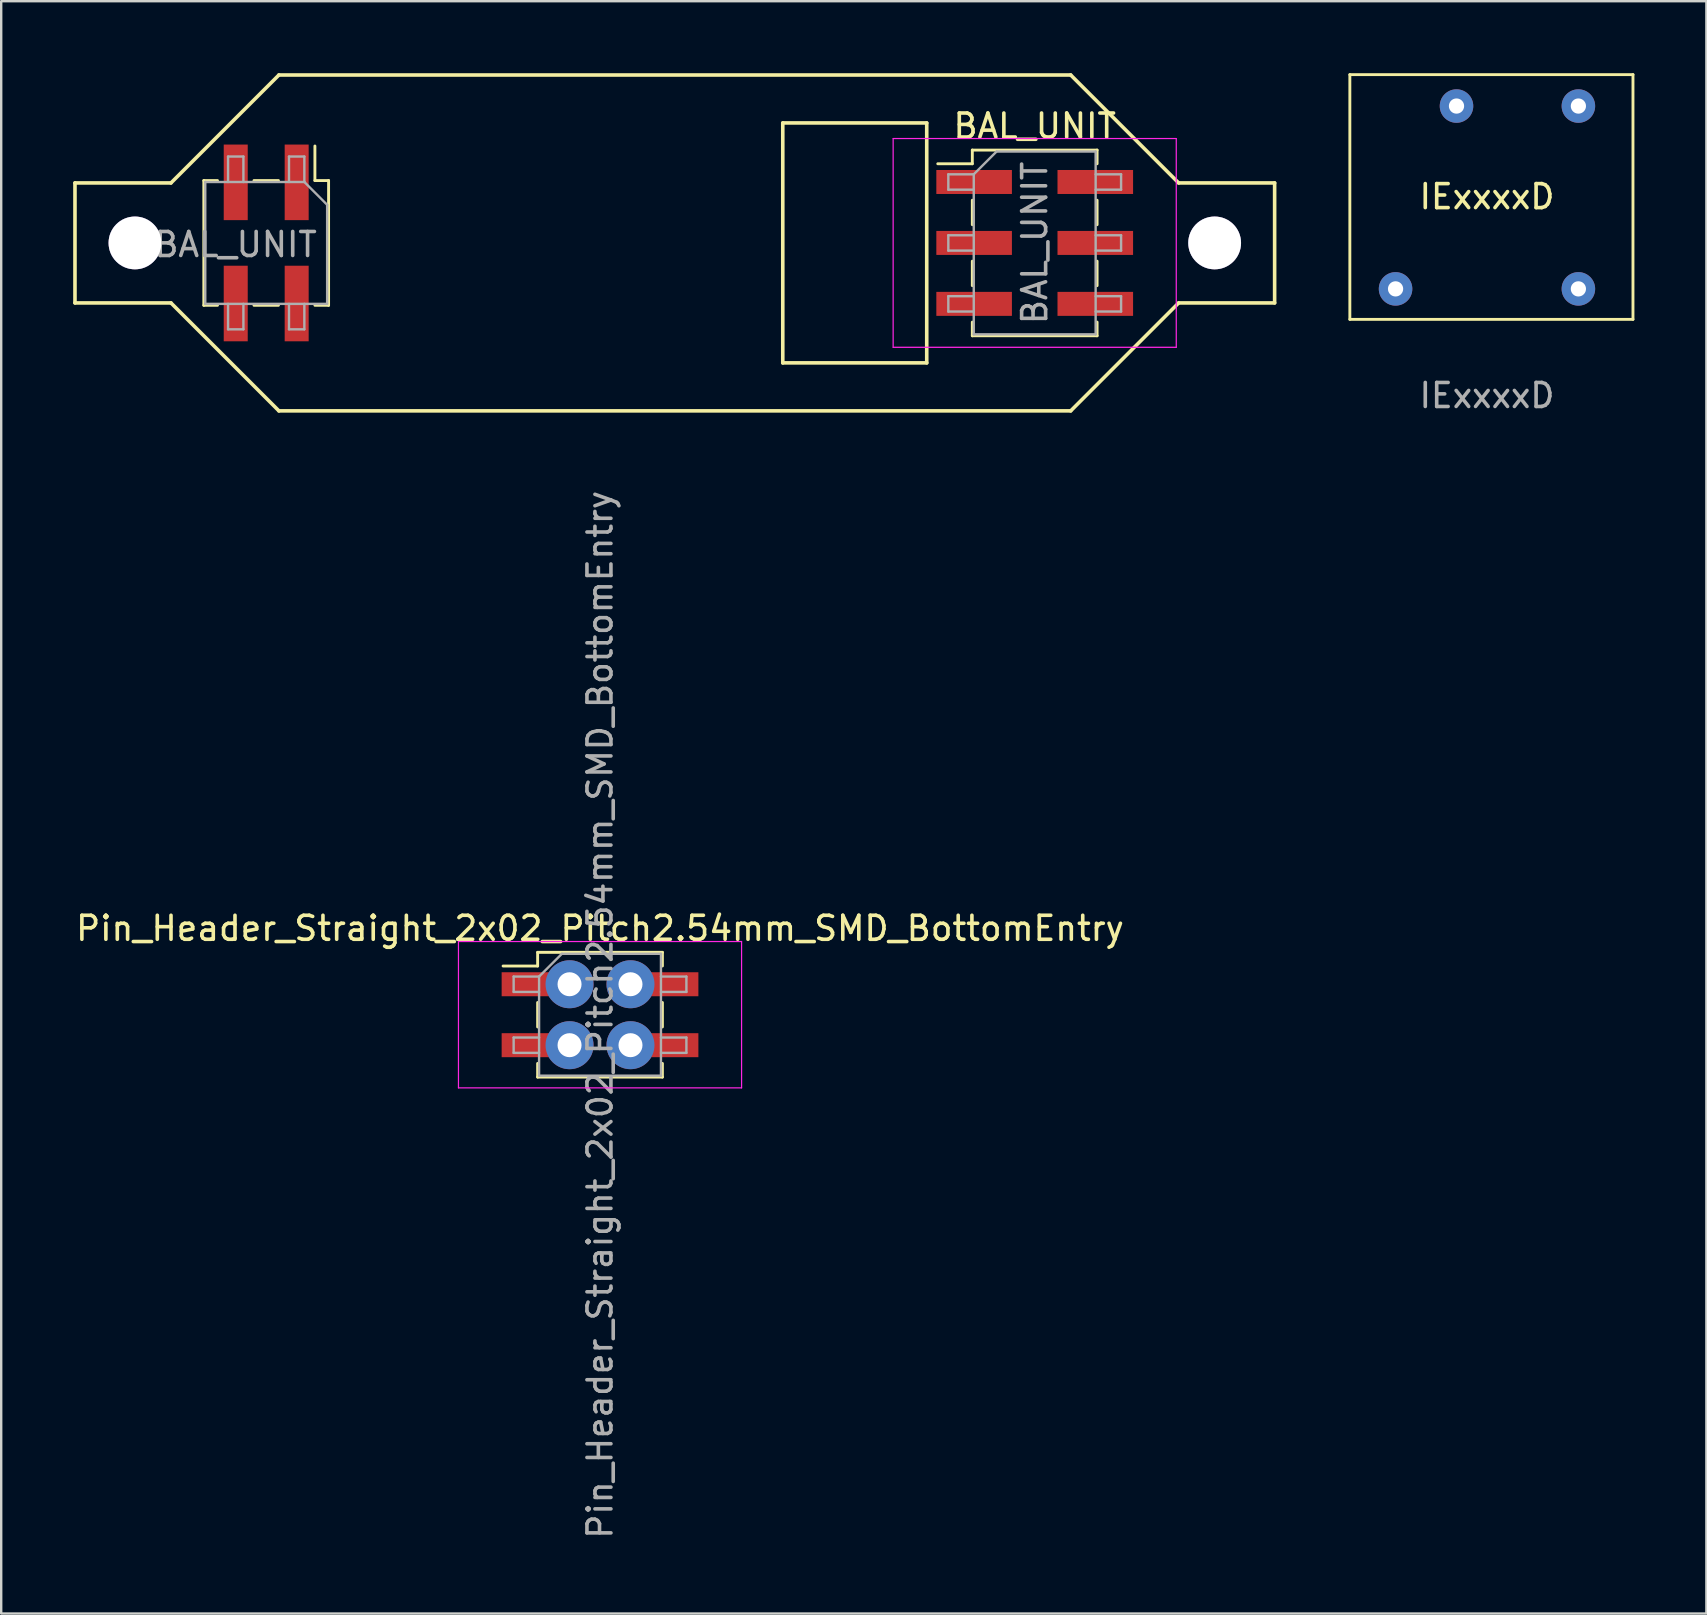
<source format=kicad_pcb>
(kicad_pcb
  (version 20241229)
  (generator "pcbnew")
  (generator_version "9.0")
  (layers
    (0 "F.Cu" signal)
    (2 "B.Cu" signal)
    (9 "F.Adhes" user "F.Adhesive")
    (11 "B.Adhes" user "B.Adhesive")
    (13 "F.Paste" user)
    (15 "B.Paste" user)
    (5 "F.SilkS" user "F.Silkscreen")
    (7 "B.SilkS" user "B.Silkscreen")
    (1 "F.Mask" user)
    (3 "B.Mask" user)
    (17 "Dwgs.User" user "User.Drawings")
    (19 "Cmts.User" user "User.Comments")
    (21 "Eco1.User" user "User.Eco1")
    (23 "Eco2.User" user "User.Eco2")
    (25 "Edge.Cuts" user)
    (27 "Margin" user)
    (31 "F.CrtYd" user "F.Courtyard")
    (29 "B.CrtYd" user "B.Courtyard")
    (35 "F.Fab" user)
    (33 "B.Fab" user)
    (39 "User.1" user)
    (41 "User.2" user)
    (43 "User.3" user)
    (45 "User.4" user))
  (footprint "Pin_Header_Straight_2x02_Pitch2.54mm_SMD_BottomEntry"
    (layer "F.Cu")
    (at 21.958 39.242)
    (property "Reference" "Pin_Header_Straight_2x02_Pitch2.54mm_SMD_BottomEntry" (at 0 -3.6 0) (layer "F.SilkS") (effects (font (size 1 1) (thickness 0.15))))
    (attr smd)
    (fp_line (start -4.04 -2.03) (end -2.6 -2.03) (stroke (width 0.12) (type solid)) (layer "F.SilkS"))
    (fp_line (start -2.6 -2.6) (end -2.6 -2.03) (stroke (width 0.12) (type solid)) (layer "F.SilkS"))
    (fp_line (start -2.6 -2.6) (end 2.6 -2.6) (stroke (width 0.12) (type solid)) (layer "F.SilkS"))
    (fp_line (start -2.6 -0.51) (end -2.6 0.51) (stroke (width 0.12) (type solid)) (layer "F.SilkS"))
    (fp_line (start -2.6 2.03) (end -2.6 2.6) (stroke (width 0.12) (type solid)) (layer "F.SilkS"))
    (fp_line (start -2.6 2.6) (end 2.6 2.6) (stroke (width 0.12) (type solid)) (layer "F.SilkS"))
    (fp_line (start 2.6 -2.6) (end 2.6 -2.03) (stroke (width 0.12) (type solid)) (layer "F.SilkS"))
    (fp_line (start 2.6 -0.51) (end 2.6 0.51) (stroke (width 0.12) (type solid)) (layer "F.SilkS"))
    (fp_line (start 2.6 2.03) (end 2.6 2.6) (stroke (width 0.12) (type solid)) (layer "F.SilkS"))
    (fp_line (start -5.9 -3.05) (end -5.9 3.05) (stroke (width 0.05) (type solid)) (layer "F.CrtYd"))
    (fp_line (start -5.9 3.05) (end 5.9 3.05) (stroke (width 0.05) (type solid)) (layer "F.CrtYd"))
    (fp_line (start 5.9 -3.05) (end -5.9 -3.05) (stroke (width 0.05) (type solid)) (layer "F.CrtYd"))
    (fp_line (start 5.9 3.05) (end 5.9 -3.05) (stroke (width 0.05) (type solid)) (layer "F.CrtYd"))
    (fp_line (start -3.6 -1.59) (end -3.6 -0.95) (stroke (width 0.1) (type solid)) (layer "F.Fab"))
    (fp_line (start -3.6 -0.95) (end -2.54 -0.95) (stroke (width 0.1) (type solid)) (layer "F.Fab"))
    (fp_line (start -3.6 0.95) (end -3.6 1.59) (stroke (width 0.1) (type solid)) (layer "F.Fab"))
    (fp_line (start -3.6 1.59) (end -2.54 1.59) (stroke (width 0.1) (type solid)) (layer "F.Fab"))
    (fp_line (start -2.54 -1.59) (end -3.6 -1.59) (stroke (width 0.1) (type solid)) (layer "F.Fab"))
    (fp_line (start -2.54 -1.59) (end -1.59 -2.54) (stroke (width 0.1) (type solid)) (layer "F.Fab"))
    (fp_line (start -2.54 0.95) (end -3.6 0.95) (stroke (width 0.1) (type solid)) (layer "F.Fab"))
    (fp_line (start -2.54 2.54) (end -2.54 -1.59) (stroke (width 0.1) (type solid)) (layer "F.Fab"))
    (fp_line (start -1.59 -2.54) (end 2.54 -2.54) (stroke (width 0.1) (type solid)) (layer "F.Fab"))
    (fp_line (start 2.54 -2.54) (end 2.54 2.54) (stroke (width 0.1) (type solid)) (layer "F.Fab"))
    (fp_line (start 2.54 -1.59) (end 3.6 -1.59) (stroke (width 0.1) (type solid)) (layer "F.Fab"))
    (fp_line (start 2.54 0.95) (end 3.6 0.95) (stroke (width 0.1) (type solid)) (layer "F.Fab"))
    (fp_line (start 2.54 2.54) (end -2.54 2.54) (stroke (width 0.1) (type solid)) (layer "F.Fab"))
    (fp_line (start 3.6 -1.59) (end 3.6 -0.95) (stroke (width 0.1) (type solid)) (layer "F.Fab"))
    (fp_line (start 3.6 -0.95) (end 2.54 -0.95) (stroke (width 0.1) (type solid)) (layer "F.Fab"))
    (fp_line (start 3.6 0.95) (end 3.6 1.59) (stroke (width 0.1) (type solid)) (layer "F.Fab"))
    (fp_line (start 3.6 1.59) (end 2.54 1.59) (stroke (width 0.1) (type solid)) (layer "F.Fab"))
    (fp_text user "${REFERENCE}" (at 0 0 90) (layer "F.Fab") (effects (font (size 1 1) (thickness 0.15))))
    (pad "1" smd rect (at -2.525 -1.27) (size 3.15 1) (layers "F.Cu" "F.Mask" "F.Paste"))
    (pad "1" thru_hole circle (at -1.27 -1.27) (size 2 2) (drill 1) (layers "*.Cu" "*.Mask"))
    (pad "2" thru_hole circle (at 1.27 -1.27) (size 2 2) (drill 1) (layers "*.Cu" "*.Mask"))
    (pad "2" smd rect (at 2.525 -1.27) (size 3.15 1) (layers "F.Cu" "F.Mask" "F.Paste"))
    (pad "3" smd rect (at -2.525 1.27) (size 3.15 1) (layers "F.Cu" "F.Mask" "F.Paste"))
    (pad "3" thru_hole circle (at -1.27 1.27) (size 2 2) (drill 1) (layers "*.Cu" "*.Mask"))
    (pad "4" thru_hole circle (at 1.27 1.27) (size 2 2) (drill 1) (layers "*.Cu" "*.Mask"))
    (pad "4" smd rect (at 2.525 1.27) (size 3.15 1) (layers "F.Cu" "F.Mask" "F.Paste")))
  (footprint "BAL_UNIT"
    (layer "F.Cu")
    (at 40.075 7.075)
    (property "Reference" "BAL_UNIT" (at 0 -4.87 0) (layer "F.SilkS") (effects (font (size 1 1) (thickness 0.15))))
    (attr smd)
    (fp_line (start -40 -2.5) (end -40 2.5) (stroke (width 0.15) (type solid)) (layer "F.SilkS"))
    (fp_line (start -40 2.5) (end -36 2.5) (stroke (width 0.15) (type solid)) (layer "F.SilkS"))
    (fp_line (start -36 -2.5) (end -40 -2.5) (stroke (width 0.15) (type solid)) (layer "F.SilkS"))
    (fp_line (start -36 -2.5) (end -31.5 -7) (stroke (width 0.15) (type solid)) (layer "F.SilkS"))
    (fp_line (start -36 2.5) (end -31.5 7) (stroke (width 0.15) (type solid)) (layer "F.SilkS"))
    (fp_line (start -34.63 -2.6) (end -34.63 2.6) (stroke (width 0.12) (type solid)) (layer "F.SilkS"))
    (fp_line (start -34.06 -2.6) (end -34.63 -2.6) (stroke (width 0.12) (type solid)) (layer "F.SilkS"))
    (fp_line (start -34.06 2.6) (end -34.63 2.6) (stroke (width 0.12) (type solid)) (layer "F.SilkS"))
    (fp_line (start -31.52 -2.6) (end -32.54 -2.6) (stroke (width 0.12) (type solid)) (layer "F.SilkS"))
    (fp_line (start -31.52 2.6) (end -32.54 2.6) (stroke (width 0.12) (type solid)) (layer "F.SilkS"))
    (fp_line (start -31.5 -7) (end 1.5 -7) (stroke (width 0.15) (type solid)) (layer "F.SilkS"))
    (fp_line (start -30 -4.04) (end -30 -2.6) (stroke (width 0.12) (type solid)) (layer "F.SilkS"))
    (fp_line (start -29.43 -2.6) (end -30 -2.6) (stroke (width 0.12) (type solid)) (layer "F.SilkS"))
    (fp_line (start -29.43 -2.6) (end -29.43 2.6) (stroke (width 0.12) (type solid)) (layer "F.SilkS"))
    (fp_line (start -29.43 2.6) (end -30 2.6) (stroke (width 0.12) (type solid)) (layer "F.SilkS"))
    (fp_line (start -10.5 -5) (end -10.5 5) (stroke (width 0.15) (type solid)) (layer "F.SilkS"))
    (fp_line (start -10.5 -5) (end -4.5 -5) (stroke (width 0.15) (type solid)) (layer "F.SilkS"))
    (fp_line (start -4.5 -5) (end -4.5 5) (stroke (width 0.15) (type solid)) (layer "F.SilkS"))
    (fp_line (start -4.5 5) (end -10.5 5) (stroke (width 0.15) (type solid)) (layer "F.SilkS"))
    (fp_line (start -4.04 -3.3) (end -2.6 -3.3) (stroke (width 0.12) (type solid)) (layer "F.SilkS"))
    (fp_line (start -2.6 -3.87) (end -2.6 -3.3) (stroke (width 0.12) (type solid)) (layer "F.SilkS"))
    (fp_line (start -2.6 -3.87) (end 2.6 -3.87) (stroke (width 0.12) (type solid)) (layer "F.SilkS"))
    (fp_line (start -2.6 -1.78) (end -2.6 -0.76) (stroke (width 0.12) (type solid)) (layer "F.SilkS"))
    (fp_line (start -2.6 0.76) (end -2.6 1.78) (stroke (width 0.12) (type solid)) (layer "F.SilkS"))
    (fp_line (start -2.6 3.3) (end -2.6 3.87) (stroke (width 0.12) (type solid)) (layer "F.SilkS"))
    (fp_line (start -2.6 3.87) (end 2.6 3.87) (stroke (width 0.12) (type solid)) (layer "F.SilkS"))
    (fp_line (start 1.5 7) (end -31.5 7) (stroke (width 0.15) (type solid)) (layer "F.SilkS"))
    (fp_line (start 2.6 -3.87) (end 2.6 -3.3) (stroke (width 0.12) (type solid)) (layer "F.SilkS"))
    (fp_line (start 2.6 -1.78) (end 2.6 -0.76) (stroke (width 0.12) (type solid)) (layer "F.SilkS"))
    (fp_line (start 2.6 0.76) (end 2.6 1.78) (stroke (width 0.12) (type solid)) (layer "F.SilkS"))
    (fp_line (start 2.6 3.3) (end 2.6 3.87) (stroke (width 0.12) (type solid)) (layer "F.SilkS"))
    (fp_line (start 6 -2.5) (end 1.5 -7) (stroke (width 0.15) (type solid)) (layer "F.SilkS"))
    (fp_line (start 6 -2.5) (end 10 -2.5) (stroke (width 0.15) (type solid)) (layer "F.SilkS"))
    (fp_line (start 6 2.5) (end 1.5 7) (stroke (width 0.15) (type solid)) (layer "F.SilkS"))
    (fp_line (start 10 -2.5) (end 10 2.5) (stroke (width 0.15) (type solid)) (layer "F.SilkS"))
    (fp_line (start 10 2.5) (end 6 2.5) (stroke (width 0.15) (type solid)) (layer "F.SilkS"))
    (fp_line (start -5.9 -4.35) (end -5.9 4.35) (stroke (width 0.05) (type solid)) (layer "F.CrtYd"))
    (fp_line (start -5.9 4.35) (end 5.9 4.35) (stroke (width 0.05) (type solid)) (layer "F.CrtYd"))
    (fp_line (start 5.9 -4.35) (end -5.9 -4.35) (stroke (width 0.05) (type solid)) (layer "F.CrtYd"))
    (fp_line (start 5.9 4.35) (end 5.9 -4.35) (stroke (width 0.05) (type solid)) (layer "F.CrtYd"))
    (fp_line (start -34.57 -2.54) (end -30.44 -2.54) (stroke (width 0.1) (type solid)) (layer "F.Fab"))
    (fp_line (start -34.57 2.54) (end -34.57 -2.54) (stroke (width 0.1) (type solid)) (layer "F.Fab"))
    (fp_line (start -33.62 -3.6) (end -33.62 -2.54) (stroke (width 0.1) (type solid)) (layer "F.Fab"))
    (fp_line (start -33.62 3.6) (end -33.62 2.54) (stroke (width 0.1) (type solid)) (layer "F.Fab"))
    (fp_line (start -32.98 -3.6) (end -33.62 -3.6) (stroke (width 0.1) (type solid)) (layer "F.Fab"))
    (fp_line (start -32.98 -2.54) (end -32.98 -3.6) (stroke (width 0.1) (type solid)) (layer "F.Fab"))
    (fp_line (start -32.98 2.54) (end -32.98 3.6) (stroke (width 0.1) (type solid)) (layer "F.Fab"))
    (fp_line (start -32.98 3.6) (end -33.62 3.6) (stroke (width 0.1) (type solid)) (layer "F.Fab"))
    (fp_line (start -31.08 -3.6) (end -31.08 -2.54) (stroke (width 0.1) (type solid)) (layer "F.Fab"))
    (fp_line (start -31.08 3.6) (end -31.08 2.54) (stroke (width 0.1) (type solid)) (layer "F.Fab"))
    (fp_line (start -30.44 -3.6) (end -31.08 -3.6) (stroke (width 0.1) (type solid)) (layer "F.Fab"))
    (fp_line (start -30.44 -2.54) (end -30.44 -3.6) (stroke (width 0.1) (type solid)) (layer "F.Fab"))
    (fp_line (start -30.44 -2.54) (end -29.49 -1.59) (stroke (width 0.1) (type solid)) (layer "F.Fab"))
    (fp_line (start -30.44 2.54) (end -30.44 3.6) (stroke (width 0.1) (type solid)) (layer "F.Fab"))
    (fp_line (start -30.44 3.6) (end -31.08 3.6) (stroke (width 0.1) (type solid)) (layer "F.Fab"))
    (fp_line (start -29.49 -1.59) (end -29.49 2.54) (stroke (width 0.1) (type solid)) (layer "F.Fab"))
    (fp_line (start -29.49 2.54) (end -34.57 2.54) (stroke (width 0.1) (type solid)) (layer "F.Fab"))
    (fp_line (start -3.6 -2.86) (end -3.6 -2.22) (stroke (width 0.1) (type solid)) (layer "F.Fab"))
    (fp_line (start -3.6 -2.22) (end -2.54 -2.22) (stroke (width 0.1) (type solid)) (layer "F.Fab"))
    (fp_line (start -3.6 -0.32) (end -3.6 0.32) (stroke (width 0.1) (type solid)) (layer "F.Fab"))
    (fp_line (start -3.6 0.32) (end -2.54 0.32) (stroke (width 0.1) (type solid)) (layer "F.Fab"))
    (fp_line (start -3.6 2.22) (end -3.6 2.86) (stroke (width 0.1) (type solid)) (layer "F.Fab"))
    (fp_line (start -3.6 2.86) (end -2.54 2.86) (stroke (width 0.1) (type solid)) (layer "F.Fab"))
    (fp_line (start -2.54 -2.86) (end -3.6 -2.86) (stroke (width 0.1) (type solid)) (layer "F.Fab"))
    (fp_line (start -2.54 -2.86) (end -1.59 -3.81) (stroke (width 0.1) (type solid)) (layer "F.Fab"))
    (fp_line (start -2.54 -0.32) (end -3.6 -0.32) (stroke (width 0.1) (type solid)) (layer "F.Fab"))
    (fp_line (start -2.54 2.22) (end -3.6 2.22) (stroke (width 0.1) (type solid)) (layer "F.Fab"))
    (fp_line (start -2.54 3.81) (end -2.54 -2.86) (stroke (width 0.1) (type solid)) (layer "F.Fab"))
    (fp_line (start -1.59 -3.81) (end 2.54 -3.81) (stroke (width 0.1) (type solid)) (layer "F.Fab"))
    (fp_line (start 2.54 -3.81) (end 2.54 3.81) (stroke (width 0.1) (type solid)) (layer "F.Fab"))
    (fp_line (start 2.54 -2.86) (end 3.6 -2.86) (stroke (width 0.1) (type solid)) (layer "F.Fab"))
    (fp_line (start 2.54 -0.32) (end 3.6 -0.32) (stroke (width 0.1) (type solid)) (layer "F.Fab"))
    (fp_line (start 2.54 2.22) (end 3.6 2.22) (stroke (width 0.1) (type solid)) (layer "F.Fab"))
    (fp_line (start 2.54 3.81) (end -2.54 3.81) (stroke (width 0.1) (type solid)) (layer "F.Fab"))
    (fp_line (start 3.6 -2.86) (end 3.6 -2.22) (stroke (width 0.1) (type solid)) (layer "F.Fab"))
    (fp_line (start 3.6 -2.22) (end 2.54 -2.22) (stroke (width 0.1) (type solid)) (layer "F.Fab"))
    (fp_line (start 3.6 -0.32) (end 3.6 0.32) (stroke (width 0.1) (type solid)) (layer "F.Fab"))
    (fp_line (start 3.6 0.32) (end 2.54 0.32) (stroke (width 0.1) (type solid)) (layer "F.Fab"))
    (fp_line (start 3.6 2.22) (end 3.6 2.86) (stroke (width 0.1) (type solid)) (layer "F.Fab"))
    (fp_line (start 3.6 2.86) (end 2.54 2.86) (stroke (width 0.1) (type solid)) (layer "F.Fab"))
    (fp_text user "${REFERENCE}" (at -33.306 0.067 0) (layer "F.Fab") (effects (font (size 1 1) (thickness 0.15))))
    (fp_text user "${REFERENCE}" (at 0 0 90) (layer "F.Fab") (effects (font (size 1 1) (thickness 0.15))))
    (pad "" thru_hole circle (at -37.5 0) (size 2.2 2.2) (drill 2.2) (layers "*.Cu" "*.Mask"))
    (pad "" thru_hole circle (at 7.5 0) (size 2.2 2.2) (drill 2.2) (layers "*.Cu" "*.Mask"))
    (pad "3V3" smd rect (at -30.76 -2.525 270) (size 3.15 1) (layers "F.Cu" "F.Mask" "F.Paste"))
    (pad "EN" smd rect (at -33.3 2.525 270) (size 3.15 1) (layers "F.Cu" "F.Mask" "F.Paste"))
    (pad "GND" smd rect (at -30.76 2.525 270) (size 3.15 1) (layers "F.Cu" "F.Mask" "F.Paste"))
    (pad "PWM" smd rect (at -33.3 -2.525 270) (size 3.15 1) (layers "F.Cu" "F.Mask" "F.Paste"))
    (pad "v1" smd rect (at -2.525 2.54) (size 3.15 1) (layers "F.Cu" "F.Mask" "F.Paste"))
    (pad "v1" smd rect (at 2.525 2.54) (size 3.15 1) (layers "F.Cu" "F.Mask" "F.Paste"))
    (pad "v2" smd rect (at -2.525 0) (size 3.15 1) (layers "F.Cu" "F.Mask" "F.Paste"))
    (pad "v2" smd rect (at 2.525 0) (size 3.15 1) (layers "F.Cu" "F.Mask" "F.Paste"))
    (pad "v3" smd rect (at -2.525 -2.54) (size 3.15 1) (layers "F.Cu" "F.Mask" "F.Paste"))
    (pad "v3" smd rect (at 2.525 -2.54) (size 3.15 1) (layers "F.Cu" "F.Mask" "F.Paste")))
  (footprint "IExxxxD"
    (layer "F.Cu")
    (at 58.925 5.18)
    (property "Reference" "IExxxxD" (at 0 -0.033 180) (layer "F.SilkS") (effects (font (size 1 1) (thickness 0.15))))
    (attr through_hole)
    (fp_line (start -5.715 -5.12) (end 6.085 -5.12) (stroke (width 0.12) (type solid)) (layer "F.SilkS"))
    (fp_line (start -5.715 5.08) (end -5.715 -5.12) (stroke (width 0.12) (type solid)) (layer "F.SilkS"))
    (fp_line (start 6.085 -5.12) (end 6.085 5.08) (stroke (width 0.12) (type solid)) (layer "F.SilkS"))
    (fp_line (start 6.085 5.08) (end -5.715 5.08) (stroke (width 0.12) (type solid)) (layer "F.SilkS"))
    (fp_text user "${REFERENCE}" (at 0 8.255 180) (layer "F.Fab") (effects (font (size 1 1) (thickness 0.15))))
    (pad "1" thru_hole circle (at 3.81 3.81 90) (size 1.397 1.397) (drill 0.635) (layers "*.Cu" "*.Mask"))
    (pad "2" thru_hole circle (at -3.81 3.81 90) (size 1.397 1.397) (drill 0.635) (layers "*.Cu" "*.Mask"))
    (pad "3" thru_hole circle (at 3.81 -3.81 90) (size 1.397 1.397) (drill 0.635) (layers "*.Cu" "*.Mask"))
    (pad "4" thru_hole circle (at -1.27 -3.81 90) (size 1.397 1.397) (drill 0.635) (layers "*.Cu" "*.Mask")))
  (gr_rect
    (start -3 -3)
    (end 68.07 64.2)
    (stroke (width 0.1) (type default))
    (fill no)
    (layer "Edge.Cuts")))
</source>
